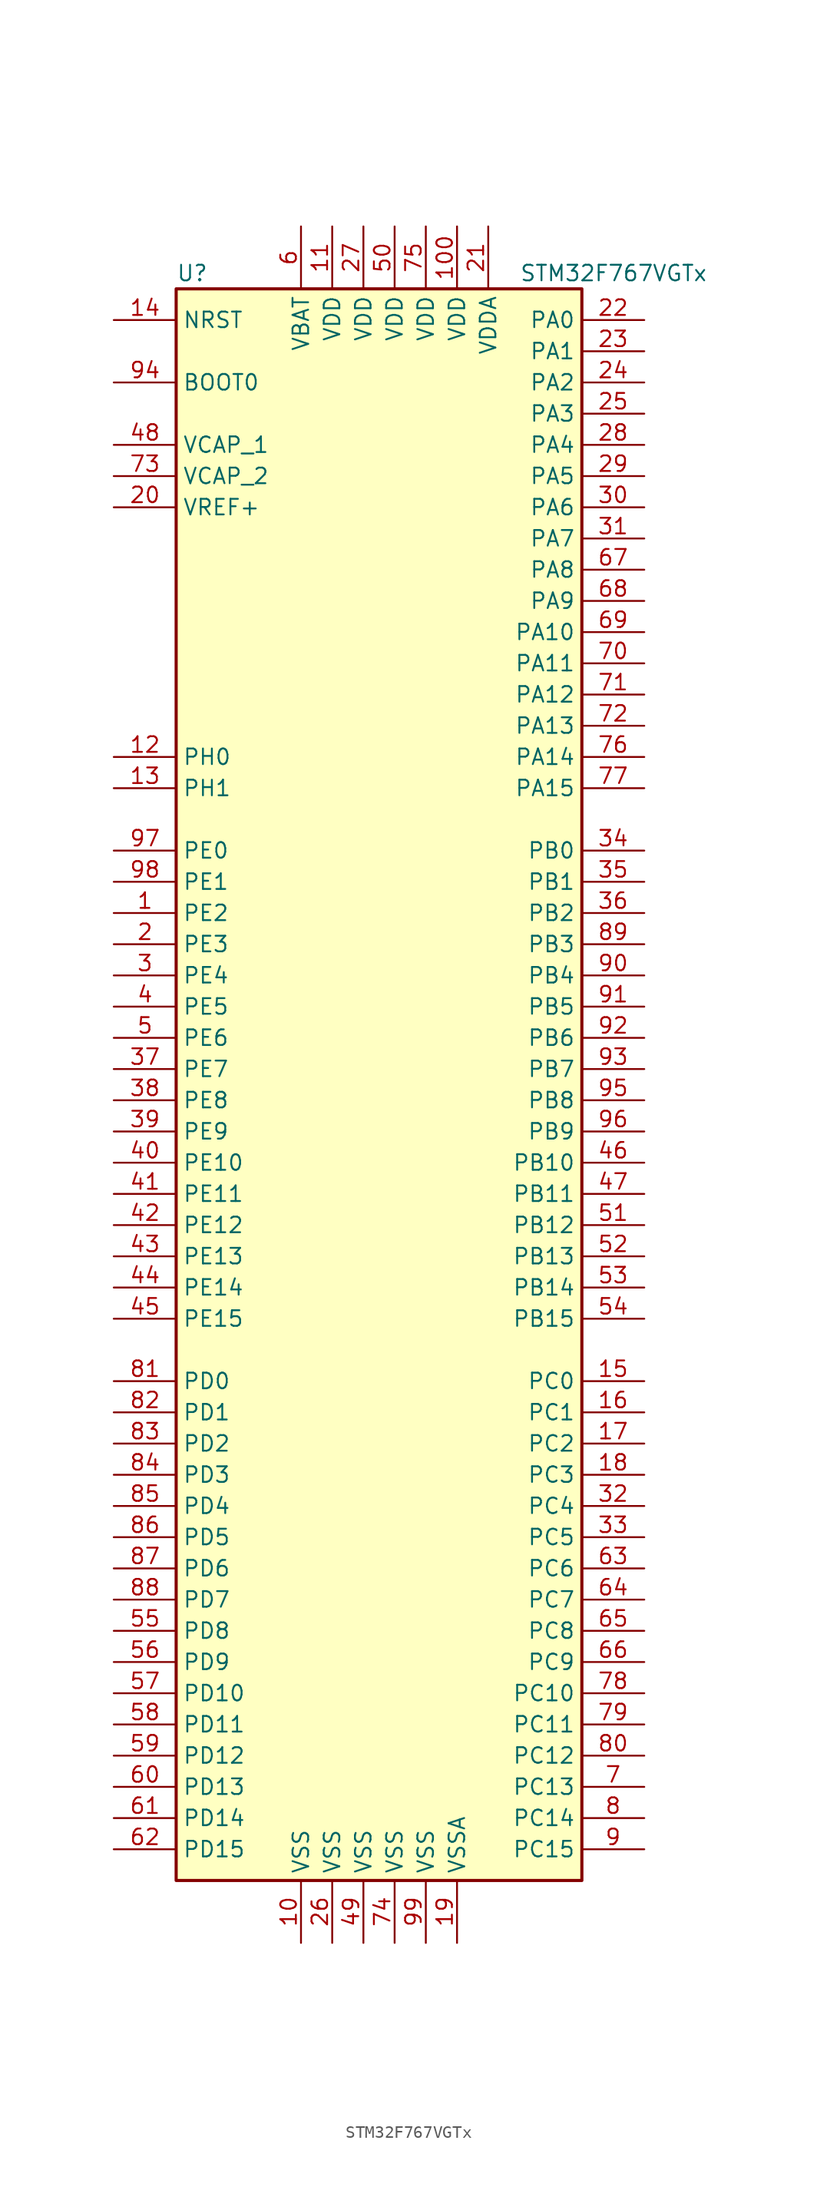
<source format=kicad_sym>
(kicad_symbol_lib
  (version 20201005)
  (generator kicad_symbol_editor)
  (symbol "STM32F767VGTx"
    (property "Reference" "U"
      (at -17.78 64.77 0)
      (effects (font (size 1.27 1.27)) (justify left)))
    (property "Value" "STM32F767VGTx"
      (at 10.16 64.77 0)
      (effects (font (size 1.27 1.27)) (justify left)))
    (symbol "STM32F767VGTx_0_1"
      (rectangle (start -17.78 -66.04) (end 15.24 63.5) (stroke (width 0.254)) (fill (type background))))
    (symbol "STM32F767VGTx_1_1"
      (pin bidirectional line (at -22.86 12.7 0) (length 5.08) (name "PE2" (effects (font (size 1.27 1.27)))) (number "1" (effects (font (size 1.27 1.27)))))
      (pin power_in line (at -7.62 -71.12 90) (length 5.08) (name "VSS" (effects (font (size 1.27 1.27)))) (number "10" (effects (font (size 1.27 1.27)))))
      (pin power_in line (at 5.08 68.58 270) (length 5.08) (name "VDD" (effects (font (size 1.27 1.27)))) (number "100" (effects (font (size 1.27 1.27)))))
      (pin power_in line (at -5.08 68.58 270) (length 5.08) (name "VDD" (effects (font (size 1.27 1.27)))) (number "11" (effects (font (size 1.27 1.27)))))
      (pin input line (at -22.86 25.4 0) (length 5.08) (name "PH0" (effects (font (size 1.27 1.27)))) (number "12" (effects (font (size 1.27 1.27)))))
      (pin input line (at -22.86 22.86 0) (length 5.08) (name "PH1" (effects (font (size 1.27 1.27)))) (number "13" (effects (font (size 1.27 1.27)))))
      (pin input line (at -22.86 60.96 0) (length 5.08) (name "NRST" (effects (font (size 1.27 1.27)))) (number "14" (effects (font (size 1.27 1.27)))))
      (pin bidirectional line (at 20.32 -25.4 180) (length 5.08) (name "PC0" (effects (font (size 1.27 1.27)))) (number "15" (effects (font (size 1.27 1.27)))))
      (pin bidirectional line (at 20.32 -27.94 180) (length 5.08) (name "PC1" (effects (font (size 1.27 1.27)))) (number "16" (effects (font (size 1.27 1.27)))))
      (pin bidirectional line (at 20.32 -30.48 180) (length 5.08) (name "PC2" (effects (font (size 1.27 1.27)))) (number "17" (effects (font (size 1.27 1.27)))))
      (pin bidirectional line (at 20.32 -33.02 180) (length 5.08) (name "PC3" (effects (font (size 1.27 1.27)))) (number "18" (effects (font (size 1.27 1.27)))))
      (pin power_in line (at 5.08 -71.12 90) (length 5.08) (name "VSSA" (effects (font (size 1.27 1.27)))) (number "19" (effects (font (size 1.27 1.27)))))
      (pin bidirectional line (at -22.86 10.16 0) (length 5.08) (name "PE3" (effects (font (size 1.27 1.27)))) (number "2" (effects (font (size 1.27 1.27)))))
      (pin power_in line (at -22.86 45.72 0) (length 5.08) (name "VREF+" (effects (font (size 1.27 1.27)))) (number "20" (effects (font (size 1.27 1.27)))))
      (pin power_in line (at 7.62 68.58 270) (length 5.08) (name "VDDA" (effects (font (size 1.27 1.27)))) (number "21" (effects (font (size 1.27 1.27)))))
      (pin bidirectional line (at 20.32 60.96 180) (length 5.08) (name "PA0" (effects (font (size 1.27 1.27)))) (number "22" (effects (font (size 1.27 1.27)))))
      (pin bidirectional line (at 20.32 58.42 180) (length 5.08) (name "PA1" (effects (font (size 1.27 1.27)))) (number "23" (effects (font (size 1.27 1.27)))))
      (pin bidirectional line (at 20.32 55.88 180) (length 5.08) (name "PA2" (effects (font (size 1.27 1.27)))) (number "24" (effects (font (size 1.27 1.27)))))
      (pin bidirectional line (at 20.32 53.34 180) (length 5.08) (name "PA3" (effects (font (size 1.27 1.27)))) (number "25" (effects (font (size 1.27 1.27)))))
      (pin power_in line (at -5.08 -71.12 90) (length 5.08) (name "VSS" (effects (font (size 1.27 1.27)))) (number "26" (effects (font (size 1.27 1.27)))))
      (pin power_in line (at -2.54 68.58 270) (length 5.08) (name "VDD" (effects (font (size 1.27 1.27)))) (number "27" (effects (font (size 1.27 1.27)))))
      (pin bidirectional line (at 20.32 50.8 180) (length 5.08) (name "PA4" (effects (font (size 1.27 1.27)))) (number "28" (effects (font (size 1.27 1.27)))))
      (pin bidirectional line (at 20.32 48.26 180) (length 5.08) (name "PA5" (effects (font (size 1.27 1.27)))) (number "29" (effects (font (size 1.27 1.27)))))
      (pin bidirectional line (at -22.86 7.62 0) (length 5.08) (name "PE4" (effects (font (size 1.27 1.27)))) (number "3" (effects (font (size 1.27 1.27)))))
      (pin bidirectional line (at 20.32 45.72 180) (length 5.08) (name "PA6" (effects (font (size 1.27 1.27)))) (number "30" (effects (font (size 1.27 1.27)))))
      (pin bidirectional line (at 20.32 43.18 180) (length 5.08) (name "PA7" (effects (font (size 1.27 1.27)))) (number "31" (effects (font (size 1.27 1.27)))))
      (pin bidirectional line (at 20.32 -35.56 180) (length 5.08) (name "PC4" (effects (font (size 1.27 1.27)))) (number "32" (effects (font (size 1.27 1.27)))))
      (pin bidirectional line (at 20.32 -38.1 180) (length 5.08) (name "PC5" (effects (font (size 1.27 1.27)))) (number "33" (effects (font (size 1.27 1.27)))))
      (pin bidirectional line (at 20.32 17.78 180) (length 5.08) (name "PB0" (effects (font (size 1.27 1.27)))) (number "34" (effects (font (size 1.27 1.27)))))
      (pin bidirectional line (at 20.32 15.24 180) (length 5.08) (name "PB1" (effects (font (size 1.27 1.27)))) (number "35" (effects (font (size 1.27 1.27)))))
      (pin bidirectional line (at 20.32 12.7 180) (length 5.08) (name "PB2" (effects (font (size 1.27 1.27)))) (number "36" (effects (font (size 1.27 1.27)))))
      (pin bidirectional line (at -22.86 0 0) (length 5.08) (name "PE7" (effects (font (size 1.27 1.27)))) (number "37" (effects (font (size 1.27 1.27)))))
      (pin bidirectional line (at -22.86 -2.54 0) (length 5.08) (name "PE8" (effects (font (size 1.27 1.27)))) (number "38" (effects (font (size 1.27 1.27)))))
      (pin bidirectional line (at -22.86 -5.08 0) (length 5.08) (name "PE9" (effects (font (size 1.27 1.27)))) (number "39" (effects (font (size 1.27 1.27)))))
      (pin bidirectional line (at -22.86 5.08 0) (length 5.08) (name "PE5" (effects (font (size 1.27 1.27)))) (number "4" (effects (font (size 1.27 1.27)))))
      (pin bidirectional line (at -22.86 -7.62 0) (length 5.08) (name "PE10" (effects (font (size 1.27 1.27)))) (number "40" (effects (font (size 1.27 1.27)))))
      (pin bidirectional line (at -22.86 -10.16 0) (length 5.08) (name "PE11" (effects (font (size 1.27 1.27)))) (number "41" (effects (font (size 1.27 1.27)))))
      (pin bidirectional line (at -22.86 -12.7 0) (length 5.08) (name "PE12" (effects (font (size 1.27 1.27)))) (number "42" (effects (font (size 1.27 1.27)))))
      (pin bidirectional line (at -22.86 -15.24 0) (length 5.08) (name "PE13" (effects (font (size 1.27 1.27)))) (number "43" (effects (font (size 1.27 1.27)))))
      (pin bidirectional line (at -22.86 -17.78 0) (length 5.08) (name "PE14" (effects (font (size 1.27 1.27)))) (number "44" (effects (font (size 1.27 1.27)))))
      (pin bidirectional line (at -22.86 -20.32 0) (length 5.08) (name "PE15" (effects (font (size 1.27 1.27)))) (number "45" (effects (font (size 1.27 1.27)))))
      (pin bidirectional line (at 20.32 -7.62 180) (length 5.08) (name "PB10" (effects (font (size 1.27 1.27)))) (number "46" (effects (font (size 1.27 1.27)))))
      (pin bidirectional line (at 20.32 -10.16 180) (length 5.08) (name "PB11" (effects (font (size 1.27 1.27)))) (number "47" (effects (font (size 1.27 1.27)))))
      (pin power_in line (at -22.86 50.8 0) (length 5.08) (name "VCAP_1" (effects (font (size 1.27 1.27)))) (number "48" (effects (font (size 1.27 1.27)))))
      (pin power_in line (at -2.54 -71.12 90) (length 5.08) (name "VSS" (effects (font (size 1.27 1.27)))) (number "49" (effects (font (size 1.27 1.27)))))
      (pin bidirectional line (at -22.86 2.54 0) (length 5.08) (name "PE6" (effects (font (size 1.27 1.27)))) (number "5" (effects (font (size 1.27 1.27)))))
      (pin power_in line (at 0 68.58 270) (length 5.08) (name "VDD" (effects (font (size 1.27 1.27)))) (number "50" (effects (font (size 1.27 1.27)))))
      (pin bidirectional line (at 20.32 -12.7 180) (length 5.08) (name "PB12" (effects (font (size 1.27 1.27)))) (number "51" (effects (font (size 1.27 1.27)))))
      (pin bidirectional line (at 20.32 -15.24 180) (length 5.08) (name "PB13" (effects (font (size 1.27 1.27)))) (number "52" (effects (font (size 1.27 1.27)))))
      (pin bidirectional line (at 20.32 -17.78 180) (length 5.08) (name "PB14" (effects (font (size 1.27 1.27)))) (number "53" (effects (font (size 1.27 1.27)))))
      (pin bidirectional line (at 20.32 -20.32 180) (length 5.08) (name "PB15" (effects (font (size 1.27 1.27)))) (number "54" (effects (font (size 1.27 1.27)))))
      (pin bidirectional line (at -22.86 -45.72 0) (length 5.08) (name "PD8" (effects (font (size 1.27 1.27)))) (number "55" (effects (font (size 1.27 1.27)))))
      (pin bidirectional line (at -22.86 -48.26 0) (length 5.08) (name "PD9" (effects (font (size 1.27 1.27)))) (number "56" (effects (font (size 1.27 1.27)))))
      (pin bidirectional line (at -22.86 -50.8 0) (length 5.08) (name "PD10" (effects (font (size 1.27 1.27)))) (number "57" (effects (font (size 1.27 1.27)))))
      (pin bidirectional line (at -22.86 -53.34 0) (length 5.08) (name "PD11" (effects (font (size 1.27 1.27)))) (number "58" (effects (font (size 1.27 1.27)))))
      (pin bidirectional line (at -22.86 -55.88 0) (length 5.08) (name "PD12" (effects (font (size 1.27 1.27)))) (number "59" (effects (font (size 1.27 1.27)))))
      (pin power_in line (at -7.62 68.58 270) (length 5.08) (name "VBAT" (effects (font (size 1.27 1.27)))) (number "6" (effects (font (size 1.27 1.27)))))
      (pin bidirectional line (at -22.86 -58.42 0) (length 5.08) (name "PD13" (effects (font (size 1.27 1.27)))) (number "60" (effects (font (size 1.27 1.27)))))
      (pin bidirectional line (at -22.86 -60.96 0) (length 5.08) (name "PD14" (effects (font (size 1.27 1.27)))) (number "61" (effects (font (size 1.27 1.27)))))
      (pin bidirectional line (at -22.86 -63.5 0) (length 5.08) (name "PD15" (effects (font (size 1.27 1.27)))) (number "62" (effects (font (size 1.27 1.27)))))
      (pin bidirectional line (at 20.32 -40.64 180) (length 5.08) (name "PC6" (effects (font (size 1.27 1.27)))) (number "63" (effects (font (size 1.27 1.27)))))
      (pin bidirectional line (at 20.32 -43.18 180) (length 5.08) (name "PC7" (effects (font (size 1.27 1.27)))) (number "64" (effects (font (size 1.27 1.27)))))
      (pin bidirectional line (at 20.32 -45.72 180) (length 5.08) (name "PC8" (effects (font (size 1.27 1.27)))) (number "65" (effects (font (size 1.27 1.27)))))
      (pin bidirectional line (at 20.32 -48.26 180) (length 5.08) (name "PC9" (effects (font (size 1.27 1.27)))) (number "66" (effects (font (size 1.27 1.27)))))
      (pin bidirectional line (at 20.32 40.64 180) (length 5.08) (name "PA8" (effects (font (size 1.27 1.27)))) (number "67" (effects (font (size 1.27 1.27)))))
      (pin bidirectional line (at 20.32 38.1 180) (length 5.08) (name "PA9" (effects (font (size 1.27 1.27)))) (number "68" (effects (font (size 1.27 1.27)))))
      (pin bidirectional line (at 20.32 35.56 180) (length 5.08) (name "PA10" (effects (font (size 1.27 1.27)))) (number "69" (effects (font (size 1.27 1.27)))))
      (pin bidirectional line (at 20.32 -58.42 180) (length 5.08) (name "PC13" (effects (font (size 1.27 1.27)))) (number "7" (effects (font (size 1.27 1.27)))))
      (pin bidirectional line (at 20.32 33.02 180) (length 5.08) (name "PA11" (effects (font (size 1.27 1.27)))) (number "70" (effects (font (size 1.27 1.27)))))
      (pin bidirectional line (at 20.32 30.48 180) (length 5.08) (name "PA12" (effects (font (size 1.27 1.27)))) (number "71" (effects (font (size 1.27 1.27)))))
      (pin bidirectional line (at 20.32 27.94 180) (length 5.08) (name "PA13" (effects (font (size 1.27 1.27)))) (number "72" (effects (font (size 1.27 1.27)))))
      (pin power_in line (at -22.86 48.26 0) (length 5.08) (name "VCAP_2" (effects (font (size 1.27 1.27)))) (number "73" (effects (font (size 1.27 1.27)))))
      (pin power_in line (at 0 -71.12 90) (length 5.08) (name "VSS" (effects (font (size 1.27 1.27)))) (number "74" (effects (font (size 1.27 1.27)))))
      (pin power_in line (at 2.54 68.58 270) (length 5.08) (name "VDD" (effects (font (size 1.27 1.27)))) (number "75" (effects (font (size 1.27 1.27)))))
      (pin bidirectional line (at 20.32 25.4 180) (length 5.08) (name "PA14" (effects (font (size 1.27 1.27)))) (number "76" (effects (font (size 1.27 1.27)))))
      (pin bidirectional line (at 20.32 22.86 180) (length 5.08) (name "PA15" (effects (font (size 1.27 1.27)))) (number "77" (effects (font (size 1.27 1.27)))))
      (pin bidirectional line (at 20.32 -50.8 180) (length 5.08) (name "PC10" (effects (font (size 1.27 1.27)))) (number "78" (effects (font (size 1.27 1.27)))))
      (pin bidirectional line (at 20.32 -53.34 180) (length 5.08) (name "PC11" (effects (font (size 1.27 1.27)))) (number "79" (effects (font (size 1.27 1.27)))))
      (pin bidirectional line (at 20.32 -60.96 180) (length 5.08) (name "PC14" (effects (font (size 1.27 1.27)))) (number "8" (effects (font (size 1.27 1.27)))))
      (pin bidirectional line (at 20.32 -55.88 180) (length 5.08) (name "PC12" (effects (font (size 1.27 1.27)))) (number "80" (effects (font (size 1.27 1.27)))))
      (pin bidirectional line (at -22.86 -25.4 0) (length 5.08) (name "PD0" (effects (font (size 1.27 1.27)))) (number "81" (effects (font (size 1.27 1.27)))))
      (pin bidirectional line (at -22.86 -27.94 0) (length 5.08) (name "PD1" (effects (font (size 1.27 1.27)))) (number "82" (effects (font (size 1.27 1.27)))))
      (pin bidirectional line (at -22.86 -30.48 0) (length 5.08) (name "PD2" (effects (font (size 1.27 1.27)))) (number "83" (effects (font (size 1.27 1.27)))))
      (pin bidirectional line (at -22.86 -33.02 0) (length 5.08) (name "PD3" (effects (font (size 1.27 1.27)))) (number "84" (effects (font (size 1.27 1.27)))))
      (pin bidirectional line (at -22.86 -35.56 0) (length 5.08) (name "PD4" (effects (font (size 1.27 1.27)))) (number "85" (effects (font (size 1.27 1.27)))))
      (pin bidirectional line (at -22.86 -38.1 0) (length 5.08) (name "PD5" (effects (font (size 1.27 1.27)))) (number "86" (effects (font (size 1.27 1.27)))))
      (pin bidirectional line (at -22.86 -40.64 0) (length 5.08) (name "PD6" (effects (font (size 1.27 1.27)))) (number "87" (effects (font (size 1.27 1.27)))))
      (pin bidirectional line (at -22.86 -43.18 0) (length 5.08) (name "PD7" (effects (font (size 1.27 1.27)))) (number "88" (effects (font (size 1.27 1.27)))))
      (pin bidirectional line (at 20.32 10.16 180) (length 5.08) (name "PB3" (effects (font (size 1.27 1.27)))) (number "89" (effects (font (size 1.27 1.27)))))
      (pin bidirectional line (at 20.32 -63.5 180) (length 5.08) (name "PC15" (effects (font (size 1.27 1.27)))) (number "9" (effects (font (size 1.27 1.27)))))
      (pin bidirectional line (at 20.32 7.62 180) (length 5.08) (name "PB4" (effects (font (size 1.27 1.27)))) (number "90" (effects (font (size 1.27 1.27)))))
      (pin bidirectional line (at 20.32 5.08 180) (length 5.08) (name "PB5" (effects (font (size 1.27 1.27)))) (number "91" (effects (font (size 1.27 1.27)))))
      (pin bidirectional line (at 20.32 2.54 180) (length 5.08) (name "PB6" (effects (font (size 1.27 1.27)))) (number "92" (effects (font (size 1.27 1.27)))))
      (pin bidirectional line (at 20.32 0 180) (length 5.08) (name "PB7" (effects (font (size 1.27 1.27)))) (number "93" (effects (font (size 1.27 1.27)))))
      (pin input line (at -22.86 55.88 0) (length 5.08) (name "BOOT0" (effects (font (size 1.27 1.27)))) (number "94" (effects (font (size 1.27 1.27)))))
      (pin bidirectional line (at 20.32 -2.54 180) (length 5.08) (name "PB8" (effects (font (size 1.27 1.27)))) (number "95" (effects (font (size 1.27 1.27)))))
      (pin bidirectional line (at 20.32 -5.08 180) (length 5.08) (name "PB9" (effects (font (size 1.27 1.27)))) (number "96" (effects (font (size 1.27 1.27)))))
      (pin bidirectional line (at -22.86 17.78 0) (length 5.08) (name "PE0" (effects (font (size 1.27 1.27)))) (number "97" (effects (font (size 1.27 1.27)))))
      (pin bidirectional line (at -22.86 15.24 0) (length 5.08) (name "PE1" (effects (font (size 1.27 1.27)))) (number "98" (effects (font (size 1.27 1.27)))))
      (pin power_in line (at 2.54 -71.12 90) (length 5.08) (name "VSS" (effects (font (size 1.27 1.27)))) (number "99" (effects (font (size 1.27 1.27))))))))
</source>
